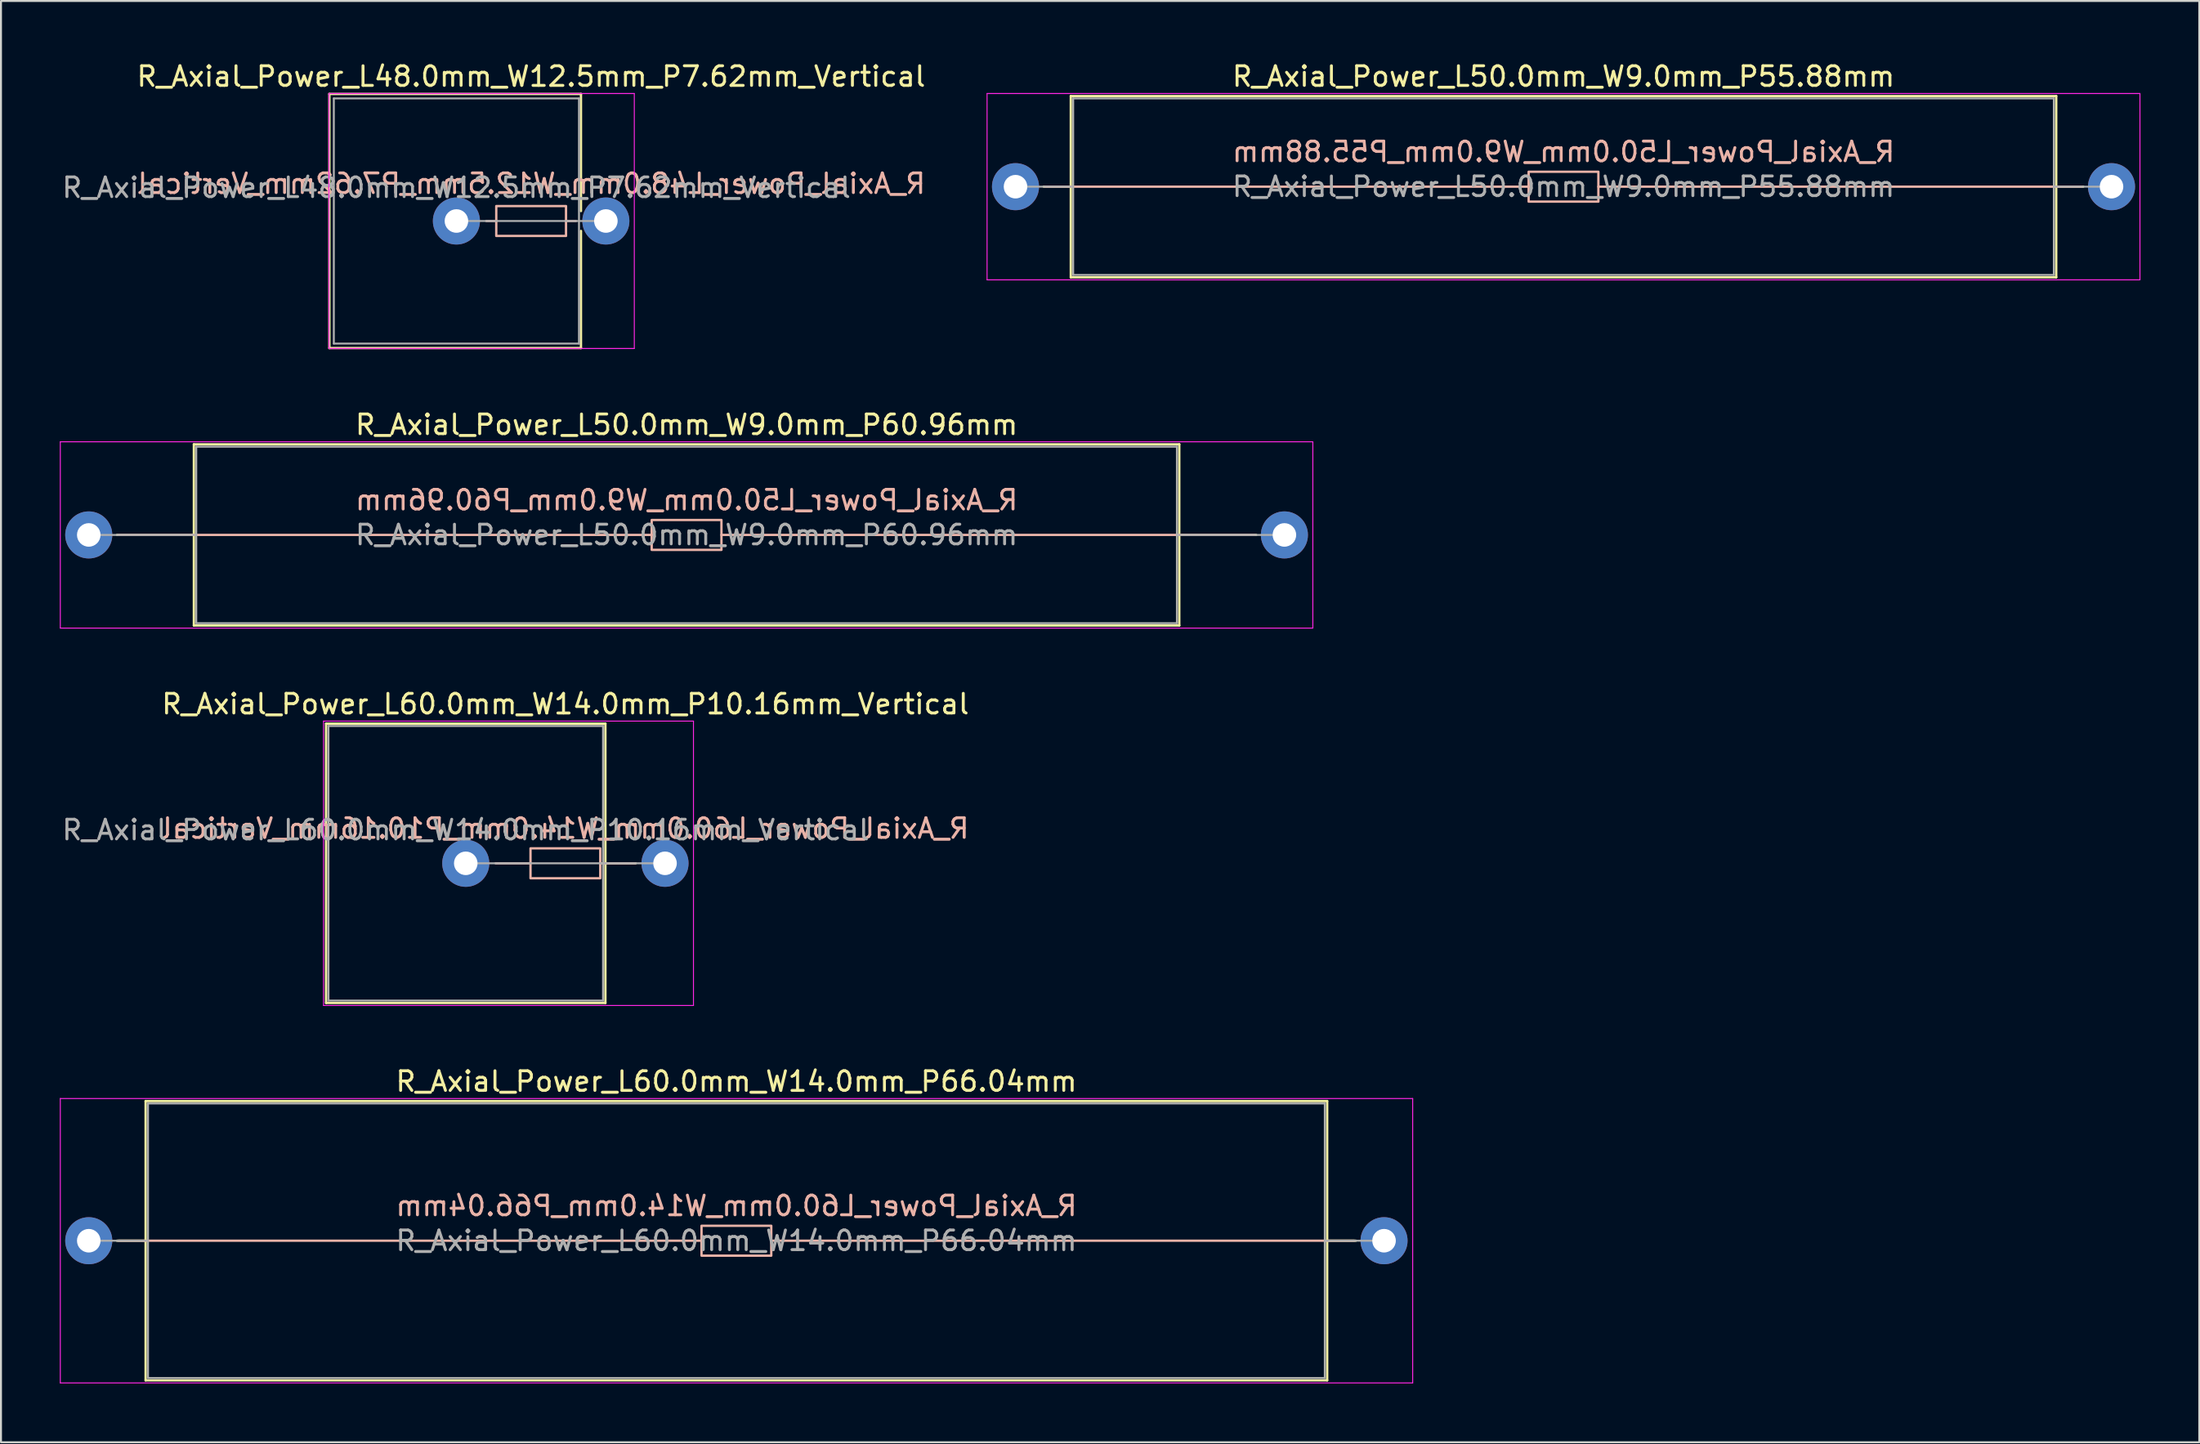
<source format=kicad_pcb>
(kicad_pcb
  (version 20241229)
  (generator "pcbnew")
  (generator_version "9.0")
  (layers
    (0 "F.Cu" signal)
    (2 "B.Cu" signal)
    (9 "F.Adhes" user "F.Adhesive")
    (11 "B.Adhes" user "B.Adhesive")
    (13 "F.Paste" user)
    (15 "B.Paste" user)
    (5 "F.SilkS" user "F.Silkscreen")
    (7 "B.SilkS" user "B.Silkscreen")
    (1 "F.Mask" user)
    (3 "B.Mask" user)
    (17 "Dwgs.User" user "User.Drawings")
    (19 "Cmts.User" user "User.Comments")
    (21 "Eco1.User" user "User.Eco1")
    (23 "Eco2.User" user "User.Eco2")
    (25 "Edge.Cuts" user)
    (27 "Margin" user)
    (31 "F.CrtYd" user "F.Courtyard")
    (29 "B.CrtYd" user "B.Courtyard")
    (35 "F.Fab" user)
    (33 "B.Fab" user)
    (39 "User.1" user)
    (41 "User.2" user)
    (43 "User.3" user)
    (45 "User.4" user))
  (footprint "R_Axial_Power_L50.0mm_W9.0mm_P60.96mm"
    (layer "F.Cu")
    (at 1.475 24.224)
    (property "Reference" "R_Axial_Power_L50.0mm_W9.0mm_P60.96mm" (at 30.48 -5.62 0) (layer "F.SilkS") (effects (font (size 1 1) (thickness 0.15))))
    (fp_line (start 1.44 0) (end 5.36 0) (stroke (width 0.12) (type solid)) (layer "F.SilkS"))
    (fp_line (start 5.36 -4.62) (end 5.36 4.62) (stroke (width 0.12) (type solid)) (layer "F.SilkS"))
    (fp_line (start 5.36 4.62) (end 55.6 4.62) (stroke (width 0.12) (type solid)) (layer "F.SilkS"))
    (fp_line (start 55.6 -4.62) (end 5.36 -4.62) (stroke (width 0.12) (type solid)) (layer "F.SilkS"))
    (fp_line (start 55.6 4.62) (end 55.6 -4.62) (stroke (width 0.12) (type solid)) (layer "F.SilkS"))
    (fp_line (start 59.52 0) (end 55.6 0) (stroke (width 0.12) (type solid)) (layer "F.SilkS"))
    (fp_line (start 28.702 0) (end 1.524 0) (stroke (width 0.12) (type solid)) (layer "B.SilkS"))
    (fp_line (start 32.258 0) (end 59.436 0) (stroke (width 0.12) (type solid)) (layer "B.SilkS"))
    (fp_rect (start 28.702 -0.762) (end 32.258 0.762) (stroke (width 0.12) (type solid)) (fill no) (layer "B.SilkS"))
    (fp_line (start -1.45 -4.75) (end -1.45 4.75) (stroke (width 0.05) (type solid)) (layer "F.CrtYd"))
    (fp_line (start -1.45 4.75) (end 62.41 4.75) (stroke (width 0.05) (type solid)) (layer "F.CrtYd"))
    (fp_line (start 62.41 -4.75) (end -1.45 -4.75) (stroke (width 0.05) (type solid)) (layer "F.CrtYd"))
    (fp_line (start 62.41 4.75) (end 62.41 -4.75) (stroke (width 0.05) (type solid)) (layer "F.CrtYd"))
    (fp_line (start 0 0) (end 5.48 0) (stroke (width 0.1) (type solid)) (layer "F.Fab"))
    (fp_line (start 5.48 -4.5) (end 5.48 4.5) (stroke (width 0.1) (type solid)) (layer "F.Fab"))
    (fp_line (start 5.48 4.5) (end 55.48 4.5) (stroke (width 0.1) (type solid)) (layer "F.Fab"))
    (fp_line (start 55.48 -4.5) (end 5.48 -4.5) (stroke (width 0.1) (type solid)) (layer "F.Fab"))
    (fp_line (start 55.48 4.5) (end 55.48 -4.5) (stroke (width 0.1) (type solid)) (layer "F.Fab"))
    (fp_line (start 60.96 0) (end 55.48 0) (stroke (width 0.1) (type solid)) (layer "F.Fab"))
    (fp_text user "${REFERENCE}" (at 30.48 -1.778 0) (layer "B.SilkS") (effects (font (size 1 1) (thickness 0.15)) (justify mirror)))
    (fp_text user "${REFERENCE}" (at 30.48 0 0) (layer "F.Fab") (effects (font (size 1 1) (thickness 0.15))))
    (pad "1" thru_hole circle (at 0 0) (size 2.4 2.4) (drill 1.2) (layers "*.Cu" "*.Mask"))
    (pad "2" thru_hole oval (at 60.96 0) (size 2.4 2.4) (drill 1.2) (layers "*.Cu" "*.Mask")))
  (footprint "R_Axial_Power_L60.0mm_W14.0mm_P10.16mm_Vertical"
    (layer "F.Cu")
    (at 20.696 40.967)
    (property "Reference" "R_Axial_Power_L60.0mm_W14.0mm_P10.16mm_Vertical" (at 5.08 -8.12 0) (layer "F.SilkS") (effects (font (size 1 1) (thickness 0.15))))
    (fp_line (start -7.12 -7.12) (end -7.12 7.12) (stroke (width 0.12) (type solid)) (layer "F.SilkS"))
    (fp_line (start -7.12 7.12) (end 7.12 7.12) (stroke (width 0.12) (type solid)) (layer "F.SilkS"))
    (fp_line (start 7.12 -7.12) (end -7.12 -7.12) (stroke (width 0.12) (type solid)) (layer "F.SilkS"))
    (fp_line (start 7.12 0) (end 8.66 0) (stroke (width 0.12) (type solid)) (layer "F.SilkS"))
    (fp_line (start 7.12 7.12) (end 7.12 -7.12) (stroke (width 0.12) (type solid)) (layer "F.SilkS"))
    (fp_line (start 3.302 0) (end 1.524 0) (stroke (width 0.12) (type solid)) (layer "B.SilkS"))
    (fp_line (start 6.858 0) (end 8.636 0) (stroke (width 0.12) (type solid)) (layer "B.SilkS"))
    (fp_rect (start 3.302 -0.762) (end 6.858 0.762) (stroke (width 0.12) (type solid)) (fill no) (layer "B.SilkS"))
    (fp_line (start -7.25 -7.25) (end -7.25 7.25) (stroke (width 0.05) (type solid)) (layer "F.CrtYd"))
    (fp_line (start -7.25 7.25) (end 11.61 7.25) (stroke (width 0.05) (type solid)) (layer "F.CrtYd"))
    (fp_line (start 11.61 -7.25) (end -7.25 -7.25) (stroke (width 0.05) (type solid)) (layer "F.CrtYd"))
    (fp_line (start 11.61 7.25) (end 11.61 -7.25) (stroke (width 0.05) (type solid)) (layer "F.CrtYd"))
    (fp_line (start -7 -7) (end -7 7) (stroke (width 0.1) (type solid)) (layer "F.Fab"))
    (fp_line (start -7 7) (end 7 7) (stroke (width 0.1) (type solid)) (layer "F.Fab"))
    (fp_line (start 0 0) (end 10.16 0) (stroke (width 0.1) (type solid)) (layer "F.Fab"))
    (fp_line (start 7 -7) (end -7 -7) (stroke (width 0.1) (type solid)) (layer "F.Fab"))
    (fp_line (start 7 7) (end 7 -7) (stroke (width 0.1) (type solid)) (layer "F.Fab"))
    (fp_text user "${REFERENCE}" (at 5.08 -1.778 0) (layer "B.SilkS") (effects (font (size 1 1) (thickness 0.15)) (justify mirror)))
    (fp_text user "${REFERENCE}" (at 0 -1.7 0) (layer "F.Fab") (effects (font (size 1 1) (thickness 0.15))))
    (pad "1" thru_hole circle (at 0 0) (size 2.4 2.4) (drill 1.2) (layers "*.Cu" "*.Mask"))
    (pad "2" thru_hole oval (at 10.16 0) (size 2.4 2.4) (drill 1.2) (layers "*.Cu" "*.Mask")))
  (footprint "R_Axial_Power_L60.0mm_W14.0mm_P66.04mm"
    (layer "F.Cu")
    (at 1.475 60.21)
    (property "Reference" "R_Axial_Power_L60.0mm_W14.0mm_P66.04mm" (at 33.02 -8.12 0) (layer "F.SilkS") (effects (font (size 1 1) (thickness 0.15))))
    (fp_line (start 1.44 0) (end 2.9 0) (stroke (width 0.12) (type solid)) (layer "F.SilkS"))
    (fp_line (start 2.9 -7.12) (end 2.9 7.12) (stroke (width 0.12) (type solid)) (layer "F.SilkS"))
    (fp_line (start 2.9 7.12) (end 63.14 7.12) (stroke (width 0.12) (type solid)) (layer "F.SilkS"))
    (fp_line (start 63.14 -7.12) (end 2.9 -7.12) (stroke (width 0.12) (type solid)) (layer "F.SilkS"))
    (fp_line (start 63.14 7.12) (end 63.14 -7.12) (stroke (width 0.12) (type solid)) (layer "F.SilkS"))
    (fp_line (start 64.6 0) (end 63.14 0) (stroke (width 0.12) (type solid)) (layer "F.SilkS"))
    (fp_line (start 31.242 0) (end 1.524 0) (stroke (width 0.12) (type solid)) (layer "B.SilkS"))
    (fp_line (start 34.798 0) (end 64.516 0) (stroke (width 0.12) (type solid)) (layer "B.SilkS"))
    (fp_rect (start 31.242 -0.762) (end 34.798 0.762) (stroke (width 0.12) (type solid)) (fill no) (layer "B.SilkS"))
    (fp_line (start -1.45 -7.25) (end -1.45 7.25) (stroke (width 0.05) (type solid)) (layer "F.CrtYd"))
    (fp_line (start -1.45 7.25) (end 67.5 7.25) (stroke (width 0.05) (type solid)) (layer "F.CrtYd"))
    (fp_line (start 67.5 -7.25) (end -1.45 -7.25) (stroke (width 0.05) (type solid)) (layer "F.CrtYd"))
    (fp_line (start 67.5 7.25) (end 67.5 -7.25) (stroke (width 0.05) (type solid)) (layer "F.CrtYd"))
    (fp_line (start 0 0) (end 3.02 0) (stroke (width 0.1) (type solid)) (layer "F.Fab"))
    (fp_line (start 3.02 -7) (end 3.02 7) (stroke (width 0.1) (type solid)) (layer "F.Fab"))
    (fp_line (start 3.02 7) (end 63.02 7) (stroke (width 0.1) (type solid)) (layer "F.Fab"))
    (fp_line (start 63.02 -7) (end 3.02 -7) (stroke (width 0.1) (type solid)) (layer "F.Fab"))
    (fp_line (start 63.02 7) (end 63.02 -7) (stroke (width 0.1) (type solid)) (layer "F.Fab"))
    (fp_line (start 66.04 0) (end 63.02 0) (stroke (width 0.1) (type solid)) (layer "F.Fab"))
    (fp_text user "${REFERENCE}" (at 33.02 -1.778 0) (layer "B.SilkS") (effects (font (size 1 1) (thickness 0.15)) (justify mirror)))
    (fp_text user "${REFERENCE}" (at 33.02 0 0) (layer "F.Fab") (effects (font (size 1 1) (thickness 0.15))))
    (pad "1" thru_hole circle (at 0 0) (size 2.4 2.4) (drill 1.2) (layers "*.Cu" "*.Mask"))
    (pad "2" thru_hole oval (at 66.04 0) (size 2.4 2.4) (drill 1.2) (layers "*.Cu" "*.Mask")))
  (footprint "R_Axial_Power_L48.0mm_W12.5mm_P7.62mm_Vertical"
    (layer "F.Cu")
    (at 20.22 8.218)
    (property "Reference" "R_Axial_Power_L48.0mm_W12.5mm_P7.62mm_Vertical" (at 3.81 -7.37 0) (layer "F.SilkS") (effects (font (size 1 1) (thickness 0.15))))
    (fp_line (start -6.477 -6.477) (end -6.477 6.477) (stroke (width 0.12) (type solid)) (layer "F.SilkS"))
    (fp_line (start -6.477 6.477) (end 6.35 6.477) (stroke (width 0.12) (type solid)) (layer "F.SilkS"))
    (fp_line (start 6.35 -6.477) (end -6.477 -6.477) (stroke (width 0.12) (type solid)) (layer "F.SilkS"))
    (fp_line (start 6.35 -0.508) (end 6.35 -6.477) (stroke (width 0.12) (type solid)) (layer "F.SilkS"))
    (fp_line (start 6.35 6.477) (end 6.35 0.508) (stroke (width 0.12) (type solid)) (layer "F.SilkS"))
    (fp_line (start 2.032 0) (end 1.524 0) (stroke (width 0.12) (type solid)) (layer "B.SilkS"))
    (fp_line (start 5.588 0) (end 6.096 0) (stroke (width 0.12) (type solid)) (layer "B.SilkS"))
    (fp_rect (start 2.032 -0.762) (end 5.588 0.762) (stroke (width 0.12) (type solid)) (fill no) (layer "B.SilkS"))
    (fp_line (start -6.5 -6.5) (end -6.5 6.5) (stroke (width 0.05) (type solid)) (layer "F.CrtYd"))
    (fp_line (start -6.5 6.5) (end 9.07 6.5) (stroke (width 0.05) (type solid)) (layer "F.CrtYd"))
    (fp_line (start 9.07 -6.5) (end -6.5 -6.5) (stroke (width 0.05) (type solid)) (layer "F.CrtYd"))
    (fp_line (start 9.07 6.5) (end 9.07 -6.5) (stroke (width 0.05) (type solid)) (layer "F.CrtYd"))
    (fp_line (start -6.25 -6.25) (end -6.25 6.25) (stroke (width 0.1) (type solid)) (layer "F.Fab"))
    (fp_line (start -6.25 6.25) (end 6.25 6.25) (stroke (width 0.1) (type solid)) (layer "F.Fab"))
    (fp_line (start 0 0) (end 7.62 0) (stroke (width 0.1) (type solid)) (layer "F.Fab"))
    (fp_line (start 6.25 -6.25) (end -6.25 -6.25) (stroke (width 0.1) (type solid)) (layer "F.Fab"))
    (fp_line (start 6.25 6.25) (end 6.25 -6.25) (stroke (width 0.1) (type solid)) (layer "F.Fab"))
    (fp_text user "${REFERENCE}" (at 3.81 -1.905 0) (layer "B.SilkS") (effects (font (size 1 1) (thickness 0.15)) (justify mirror)))
    (fp_text user "${REFERENCE}" (at 0 -1.7 0) (layer "F.Fab") (effects (font (size 1 1) (thickness 0.15))))
    (pad "1" thru_hole circle (at 0 0) (size 2.4 2.4) (drill 1.2) (layers "*.Cu" "*.Mask"))
    (pad "2" thru_hole oval (at 7.62 0) (size 2.4 2.4) (drill 1.2) (layers "*.Cu" "*.Mask")))
  (footprint "R_Axial_Power_L50.0mm_W9.0mm_P55.88mm"
    (layer "F.Cu")
    (at 48.725 6.468)
    (property "Reference" "R_Axial_Power_L50.0mm_W9.0mm_P55.88mm" (at 27.94 -5.62 0) (layer "F.SilkS") (effects (font (size 1 1) (thickness 0.15))))
    (fp_line (start 1.44 0) (end 2.82 0) (stroke (width 0.12) (type solid)) (layer "F.SilkS"))
    (fp_line (start 2.82 -4.62) (end 2.82 4.62) (stroke (width 0.12) (type solid)) (layer "F.SilkS"))
    (fp_line (start 2.82 4.62) (end 53.06 4.62) (stroke (width 0.12) (type solid)) (layer "F.SilkS"))
    (fp_line (start 53.06 -4.62) (end 2.82 -4.62) (stroke (width 0.12) (type solid)) (layer "F.SilkS"))
    (fp_line (start 53.06 4.62) (end 53.06 -4.62) (stroke (width 0.12) (type solid)) (layer "F.SilkS"))
    (fp_line (start 54.44 0) (end 53.06 0) (stroke (width 0.12) (type solid)) (layer "F.SilkS"))
    (fp_line (start 26.162 0) (end 1.524 0) (stroke (width 0.12) (type solid)) (layer "B.SilkS"))
    (fp_line (start 29.718 0) (end 54.356 0) (stroke (width 0.12) (type solid)) (layer "B.SilkS"))
    (fp_rect (start 26.162 -0.762) (end 29.718 0.762) (stroke (width 0.12) (type solid)) (fill no) (layer "B.SilkS"))
    (fp_line (start -1.45 -4.75) (end -1.45 4.75) (stroke (width 0.05) (type solid)) (layer "F.CrtYd"))
    (fp_line (start -1.45 4.75) (end 57.33 4.75) (stroke (width 0.05) (type solid)) (layer "F.CrtYd"))
    (fp_line (start 57.33 -4.75) (end -1.45 -4.75) (stroke (width 0.05) (type solid)) (layer "F.CrtYd"))
    (fp_line (start 57.33 4.75) (end 57.33 -4.75) (stroke (width 0.05) (type solid)) (layer "F.CrtYd"))
    (fp_line (start 0 0) (end 2.94 0) (stroke (width 0.1) (type solid)) (layer "F.Fab"))
    (fp_line (start 2.94 -4.5) (end 2.94 4.5) (stroke (width 0.1) (type solid)) (layer "F.Fab"))
    (fp_line (start 2.94 4.5) (end 52.94 4.5) (stroke (width 0.1) (type solid)) (layer "F.Fab"))
    (fp_line (start 52.94 -4.5) (end 2.94 -4.5) (stroke (width 0.1) (type solid)) (layer "F.Fab"))
    (fp_line (start 52.94 4.5) (end 52.94 -4.5) (stroke (width 0.1) (type solid)) (layer "F.Fab"))
    (fp_line (start 55.88 0) (end 52.94 0) (stroke (width 0.1) (type solid)) (layer "F.Fab"))
    (fp_text user "${REFERENCE}" (at 27.94 -1.778 0) (layer "B.SilkS") (effects (font (size 1 1) (thickness 0.15)) (justify mirror)))
    (fp_text user "${REFERENCE}" (at 27.94 0 0) (layer "F.Fab") (effects (font (size 1 1) (thickness 0.15))))
    (pad "1" thru_hole circle (at 0 0) (size 2.4 2.4) (drill 1.2) (layers "*.Cu" "*.Mask"))
    (pad "2" thru_hole oval (at 55.88 0) (size 2.4 2.4) (drill 1.2) (layers "*.Cu" "*.Mask")))
  (gr_rect
    (start -3 -3)
    (end 109.08 70.485)
    (stroke (width 0.1) (type default))
    (fill no)
    (layer "Edge.Cuts")))
</source>
